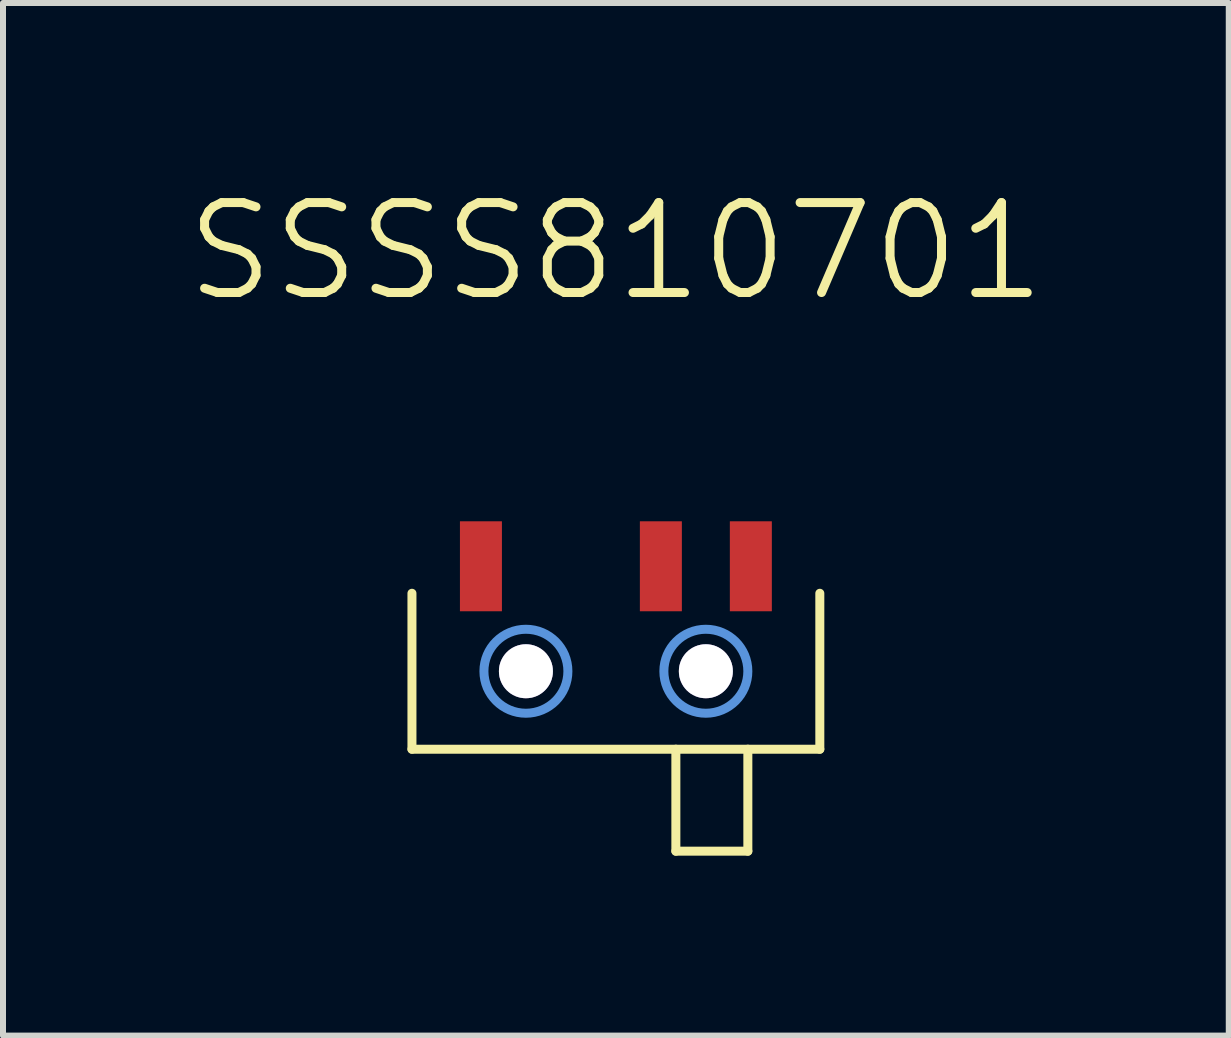
<source format=kicad_pcb>
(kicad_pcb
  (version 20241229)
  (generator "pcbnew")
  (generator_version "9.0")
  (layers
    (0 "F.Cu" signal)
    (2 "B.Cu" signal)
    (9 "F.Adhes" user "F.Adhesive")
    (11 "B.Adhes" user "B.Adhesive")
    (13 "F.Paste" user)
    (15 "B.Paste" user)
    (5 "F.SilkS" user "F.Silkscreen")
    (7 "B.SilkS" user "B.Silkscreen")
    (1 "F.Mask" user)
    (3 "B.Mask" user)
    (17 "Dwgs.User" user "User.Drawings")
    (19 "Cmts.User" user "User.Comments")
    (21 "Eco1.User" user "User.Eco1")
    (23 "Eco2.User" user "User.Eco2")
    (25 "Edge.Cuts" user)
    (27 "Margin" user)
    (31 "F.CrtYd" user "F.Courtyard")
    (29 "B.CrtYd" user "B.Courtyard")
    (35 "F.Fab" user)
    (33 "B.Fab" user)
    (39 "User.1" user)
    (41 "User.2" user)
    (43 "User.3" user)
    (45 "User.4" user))
  (footprint "SSSS810701"
    (layer "F.Cu")
    (at 7.218 8.141)
    (property "Reference" "SSSS810701" (at 0 -7 0) (layer "F.SilkS") (effects (font (size 1.5 1.5) (thickness 0.15))))
    (attr through_hole)
    (fp_line (start -3.4 1.3) (end -3.4 -1.3) (stroke (width 0.15) (type solid)) (layer "F.SilkS"))
    (fp_line (start 1 1.3) (end 1 3) (stroke (width 0.15) (type solid)) (layer "F.SilkS"))
    (fp_line (start 1 3) (end 2.2 3) (stroke (width 0.15) (type solid)) (layer "F.SilkS"))
    (fp_line (start 2.2 3) (end 2.2 1.3) (stroke (width 0.15) (type solid)) (layer "F.SilkS"))
    (fp_line (start 3.4 1.3) (end -3.4 1.3) (stroke (width 0.15) (type solid)) (layer "F.SilkS"))
    (fp_line (start 3.4 1.3) (end 3.4 -1.3) (stroke (width 0.15) (type solid)) (layer "F.SilkS"))
    (fp_circle (center -1.5 0) (end -0.8 0) (stroke (width 0.15) (type solid)) (fill no) (layer "Cmts.User"))
    (fp_circle (center 1.5 0) (end 2.2 0) (stroke (width 0.15) (type solid)) (fill no) (layer "Cmts.User"))
    (pad "" thru_hole circle (at -1.5 0) (size 0.9 0.9) (drill 0.9) (layers))
    (pad "" thru_hole circle (at 1.5 0) (size 0.9 0.9) (drill 0.9) (layers))
    (pad "1" smd rect (at -2.25 -1.75) (size 0.7 1.5) (layers "F.Cu" "F.Mask" "F.Paste"))
    (pad "2" smd rect (at 0.75 -1.75) (size 0.7 1.5) (layers "F.Cu" "F.Mask" "F.Paste"))
    (pad "3" smd rect (at 2.25 -1.75) (size 0.7 1.5) (layers "F.Cu" "F.Mask" "F.Paste")))
  (gr_rect
    (start -3 -3)
    (end 17.436 14.216)
    (stroke (width 0.1) (type default))
    (fill no)
    (layer "Edge.Cuts")))
</source>
